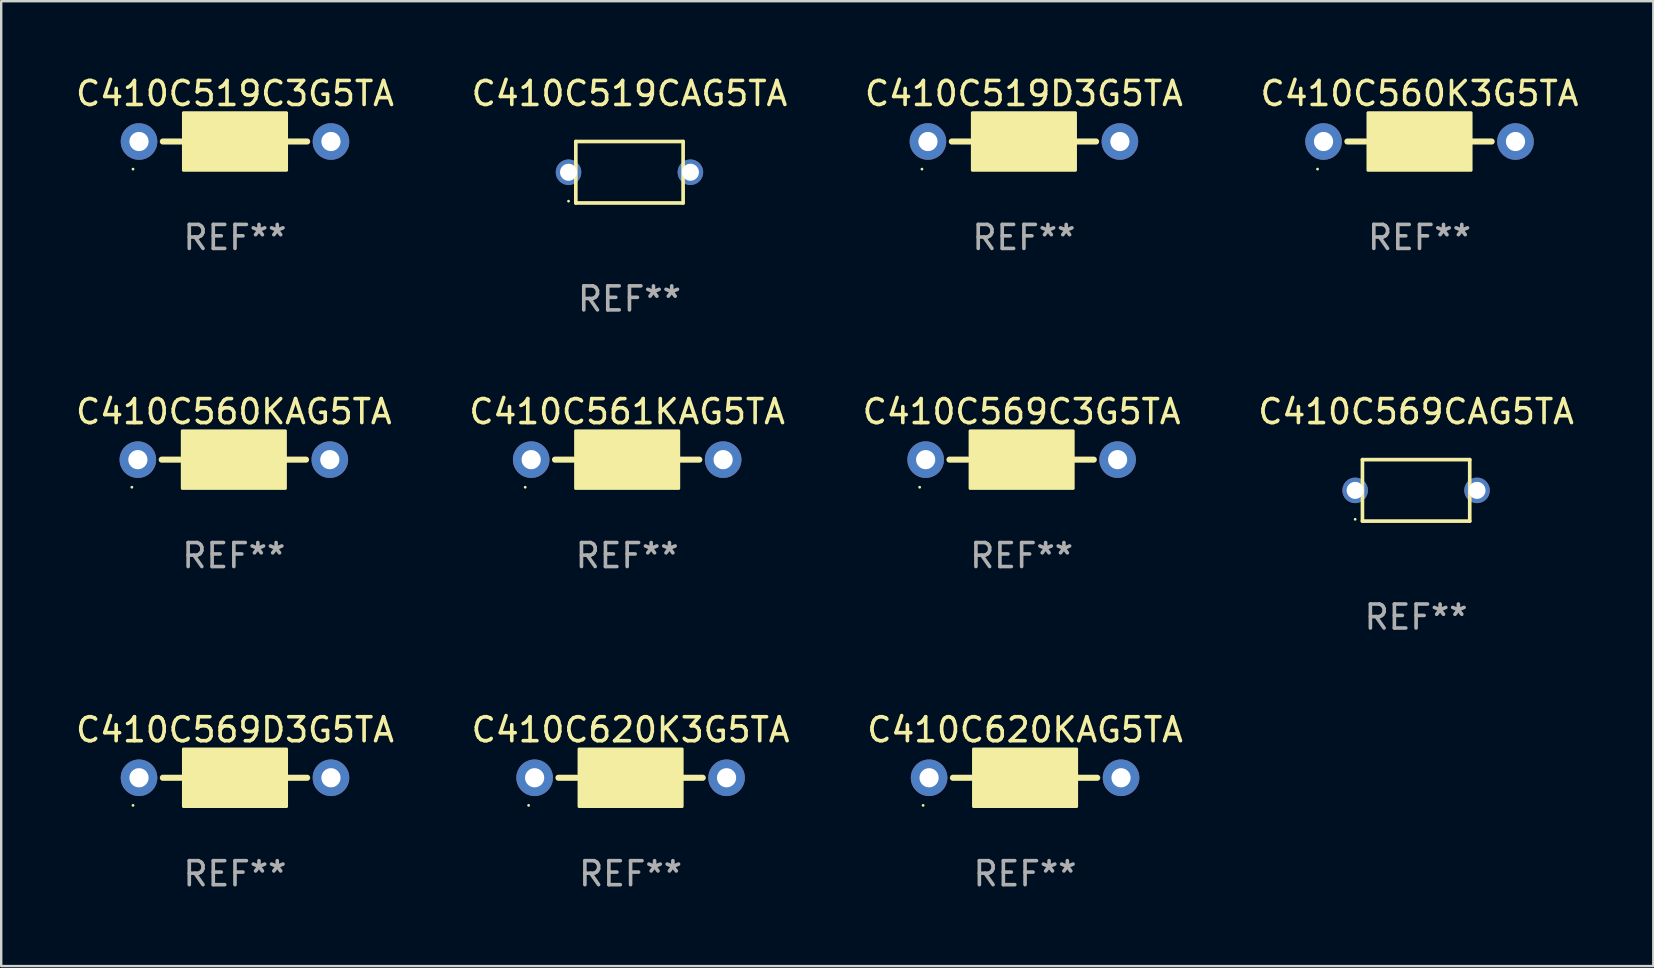
<source format=kicad_pcb>
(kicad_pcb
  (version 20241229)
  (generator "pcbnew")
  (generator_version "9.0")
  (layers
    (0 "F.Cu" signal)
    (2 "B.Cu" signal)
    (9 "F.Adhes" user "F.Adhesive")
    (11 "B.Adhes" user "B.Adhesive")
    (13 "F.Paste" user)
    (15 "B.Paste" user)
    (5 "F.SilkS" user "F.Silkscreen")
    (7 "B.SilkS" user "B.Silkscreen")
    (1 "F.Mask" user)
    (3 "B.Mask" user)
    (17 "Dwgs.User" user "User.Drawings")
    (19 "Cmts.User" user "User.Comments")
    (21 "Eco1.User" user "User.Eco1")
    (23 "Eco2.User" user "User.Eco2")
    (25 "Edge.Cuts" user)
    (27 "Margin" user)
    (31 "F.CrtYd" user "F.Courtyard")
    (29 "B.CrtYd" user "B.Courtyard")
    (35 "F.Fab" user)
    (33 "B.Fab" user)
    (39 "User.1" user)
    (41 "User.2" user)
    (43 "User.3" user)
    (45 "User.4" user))
  (footprint "C410C519C3G5TA"
    (layer "F.Cu")
    (at 6.744 2.848)
    (property "Reference" "C410C519C3G5TA" (at 0 -2 0) (layer "F.SilkS") (effects (font (size 1 1) (thickness 0.15))))
    (attr through_hole)
    (fp_line (start -2.25 0) (end -3.007 0) (stroke (width 0.254) (type solid)) (layer "F.SilkS"))
    (fp_line (start 2.2 0) (end 3.007 0) (stroke (width 0.254) (type solid)) (layer "F.SilkS"))
    (fp_circle (center -4.25 1.15) (end -4.22 1.15) (stroke (width 0.06) (type solid)) (fill no) (layer "F.SilkS"))
    (fp_poly (pts (xy -2.15 -1.2) (xy 2.15 -1.2) (xy 2.15 1.2) (xy -2.15 1.2)) (stroke (width 0.12) (type solid)) (fill yes) (layer "F.SilkS"))
    (fp_text user "REF**" (at 0 4 0) (layer "F.Fab") (effects (font (size 1 1) (thickness 0.15))))
    (pad "1" thru_hole circle (at -4 0) (size 1.524 1.524) (drill 0.8) (layers "*.Cu" "*.Mask"))
    (pad "2" thru_hole circle (at 4 0) (size 1.524 1.524) (drill 0.8) (layers "*.Cu" "*.Mask")))
  (footprint "C410C561KAG5TA"
    (layer "F.Cu")
    (at 23.089 16.107)
    (property "Reference" "C410C561KAG5TA" (at 0 -2 0) (layer "F.SilkS") (effects (font (size 1 1) (thickness 0.15))))
    (attr through_hole)
    (fp_line (start -2.25 0) (end -3.007 0) (stroke (width 0.254) (type solid)) (layer "F.SilkS"))
    (fp_line (start 2.2 0) (end 3.007 0) (stroke (width 0.254) (type solid)) (layer "F.SilkS"))
    (fp_circle (center -4.25 1.15) (end -4.22 1.15) (stroke (width 0.06) (type solid)) (fill no) (layer "F.SilkS"))
    (fp_poly (pts (xy -2.15 -1.2) (xy 2.15 -1.2) (xy 2.15 1.2) (xy -2.15 1.2)) (stroke (width 0.12) (type solid)) (fill yes) (layer "F.SilkS"))
    (fp_text user "REF**" (at 0 4 0) (layer "F.Fab") (effects (font (size 1 1) (thickness 0.15))))
    (pad "1" thru_hole circle (at -4 0) (size 1.524 1.524) (drill 0.8) (layers "*.Cu" "*.Mask"))
    (pad "2" thru_hole circle (at 4 0) (size 1.524 1.524) (drill 0.8) (layers "*.Cu" "*.Mask")))
  (footprint "C410C569CAG5TA"
    (layer "F.Cu")
    (at 55.97 17.388)
    (property "Reference" "C410C569CAG5TA" (at 0 -3.281 0) (layer "F.SilkS") (effects (font (size 1 1) (thickness 0.15))))
    (attr through_hole)
    (fp_line (start -2.236 -1.281) (end 2.236 -1.281) (stroke (width 0.152) (type solid)) (layer "F.SilkS"))
    (fp_line (start -2.236 1.281) (end -2.236 -1.281) (stroke (width 0.152) (type solid)) (layer "F.SilkS"))
    (fp_line (start 2.236 -1.281) (end 2.236 1.281) (stroke (width 0.152) (type solid)) (layer "F.SilkS"))
    (fp_line (start 2.236 1.281) (end -2.236 1.281) (stroke (width 0.152) (type solid)) (layer "F.SilkS"))
    (fp_circle (center -2.54 1.205) (end -2.51 1.205) (stroke (width 0.06) (type solid)) (fill no) (layer "F.SilkS"))
    (fp_text user "REF**" (at 0 5.281 0) (layer "F.Fab") (effects (font (size 1 1) (thickness 0.15))))
    (pad "1" thru_hole circle (at -2.54 0) (size 1.065 1.065) (drill 0.71) (layers "*.Cu" "*.Mask"))
    (pad "2" thru_hole circle (at 2.54 0) (size 1.065 1.065) (drill 0.71) (layers "*.Cu" "*.Mask")))
  (footprint "C410C519D3G5TA"
    (layer "F.Cu")
    (at 39.625 2.848)
    (property "Reference" "C410C519D3G5TA" (at 0 -2 0) (layer "F.SilkS") (effects (font (size 1 1) (thickness 0.15))))
    (attr through_hole)
    (fp_line (start -2.25 0) (end -3.007 0) (stroke (width 0.254) (type solid)) (layer "F.SilkS"))
    (fp_line (start 2.2 0) (end 3.007 0) (stroke (width 0.254) (type solid)) (layer "F.SilkS"))
    (fp_circle (center -4.25 1.15) (end -4.22 1.15) (stroke (width 0.06) (type solid)) (fill no) (layer "F.SilkS"))
    (fp_poly (pts (xy -2.15 -1.2) (xy 2.15 -1.2) (xy 2.15 1.2) (xy -2.15 1.2)) (stroke (width 0.12) (type solid)) (fill yes) (layer "F.SilkS"))
    (fp_text user "REF**" (at 0 4 0) (layer "F.Fab") (effects (font (size 1 1) (thickness 0.15))))
    (pad "1" thru_hole circle (at -4 0) (size 1.524 1.524) (drill 0.8) (layers "*.Cu" "*.Mask"))
    (pad "2" thru_hole circle (at 4 0) (size 1.524 1.524) (drill 0.8) (layers "*.Cu" "*.Mask")))
  (footprint "C410C569D3G5TA"
    (layer "F.Cu")
    (at 6.744 29.366)
    (property "Reference" "C410C569D3G5TA" (at 0 -2 0) (layer "F.SilkS") (effects (font (size 1 1) (thickness 0.15))))
    (attr through_hole)
    (fp_line (start -2.25 0) (end -3.007 0) (stroke (width 0.254) (type solid)) (layer "F.SilkS"))
    (fp_line (start 2.2 0) (end 3.007 0) (stroke (width 0.254) (type solid)) (layer "F.SilkS"))
    (fp_circle (center -4.25 1.15) (end -4.22 1.15) (stroke (width 0.06) (type solid)) (fill no) (layer "F.SilkS"))
    (fp_poly (pts (xy -2.15 -1.2) (xy 2.15 -1.2) (xy 2.15 1.2) (xy -2.15 1.2)) (stroke (width 0.12) (type solid)) (fill yes) (layer "F.SilkS"))
    (fp_text user "REF**" (at 0 4 0) (layer "F.Fab") (effects (font (size 1 1) (thickness 0.15))))
    (pad "1" thru_hole circle (at -4 0) (size 1.524 1.524) (drill 0.8) (layers "*.Cu" "*.Mask"))
    (pad "2" thru_hole circle (at 4 0) (size 1.524 1.524) (drill 0.8) (layers "*.Cu" "*.Mask")))
  (footprint "C410C620K3G5TA"
    (layer "F.Cu")
    (at 23.232 29.366)
    (property "Reference" "C410C620K3G5TA" (at 0 -2 0) (layer "F.SilkS") (effects (font (size 1 1) (thickness 0.15))))
    (attr through_hole)
    (fp_line (start -2.25 0) (end -3.007 0) (stroke (width 0.254) (type solid)) (layer "F.SilkS"))
    (fp_line (start 2.2 0) (end 3.007 0) (stroke (width 0.254) (type solid)) (layer "F.SilkS"))
    (fp_circle (center -4.25 1.15) (end -4.22 1.15) (stroke (width 0.06) (type solid)) (fill no) (layer "F.SilkS"))
    (fp_poly (pts (xy -2.15 -1.2) (xy 2.15 -1.2) (xy 2.15 1.2) (xy -2.15 1.2)) (stroke (width 0.12) (type solid)) (fill yes) (layer "F.SilkS"))
    (fp_text user "REF**" (at 0 4 0) (layer "F.Fab") (effects (font (size 1 1) (thickness 0.15))))
    (pad "1" thru_hole circle (at -4 0) (size 1.524 1.524) (drill 0.8) (layers "*.Cu" "*.Mask"))
    (pad "2" thru_hole circle (at 4 0) (size 1.524 1.524) (drill 0.8) (layers "*.Cu" "*.Mask")))
  (footprint "C410C560KAG5TA"
    (layer "F.Cu")
    (at 6.696 16.107)
    (property "Reference" "C410C560KAG5TA" (at 0 -2 0) (layer "F.SilkS") (effects (font (size 1 1) (thickness 0.15))))
    (attr through_hole)
    (fp_line (start -2.25 0) (end -3.007 0) (stroke (width 0.254) (type solid)) (layer "F.SilkS"))
    (fp_line (start 2.2 0) (end 3.007 0) (stroke (width 0.254) (type solid)) (layer "F.SilkS"))
    (fp_circle (center -4.25 1.15) (end -4.22 1.15) (stroke (width 0.06) (type solid)) (fill no) (layer "F.SilkS"))
    (fp_poly (pts (xy -2.15 -1.2) (xy 2.15 -1.2) (xy 2.15 1.2) (xy -2.15 1.2)) (stroke (width 0.12) (type solid)) (fill yes) (layer "F.SilkS"))
    (fp_text user "REF**" (at 0 4 0) (layer "F.Fab") (effects (font (size 1 1) (thickness 0.15))))
    (pad "1" thru_hole circle (at -4 0) (size 1.524 1.524) (drill 0.8) (layers "*.Cu" "*.Mask"))
    (pad "2" thru_hole circle (at 4 0) (size 1.524 1.524) (drill 0.8) (layers "*.Cu" "*.Mask")))
  (footprint "C410C519CAG5TA"
    (layer "F.Cu")
    (at 23.185 4.129)
    (property "Reference" "C410C519CAG5TA" (at 0 -3.281 0) (layer "F.SilkS") (effects (font (size 1 1) (thickness 0.15))))
    (attr through_hole)
    (fp_line (start -2.236 -1.281) (end 2.236 -1.281) (stroke (width 0.152) (type solid)) (layer "F.SilkS"))
    (fp_line (start -2.236 1.281) (end -2.236 -1.281) (stroke (width 0.152) (type solid)) (layer "F.SilkS"))
    (fp_line (start 2.236 -1.281) (end 2.236 1.281) (stroke (width 0.152) (type solid)) (layer "F.SilkS"))
    (fp_line (start 2.236 1.281) (end -2.236 1.281) (stroke (width 0.152) (type solid)) (layer "F.SilkS"))
    (fp_circle (center -2.54 1.205) (end -2.51 1.205) (stroke (width 0.06) (type solid)) (fill no) (layer "F.SilkS"))
    (fp_text user "REF**" (at 0 5.281 0) (layer "F.Fab") (effects (font (size 1 1) (thickness 0.15))))
    (pad "1" thru_hole circle (at -2.54 0) (size 1.065 1.065) (drill 0.71) (layers "*.Cu" "*.Mask"))
    (pad "2" thru_hole circle (at 2.54 0) (size 1.065 1.065) (drill 0.71) (layers "*.Cu" "*.Mask")))
  (footprint "C410C569C3G5TA"
    (layer "F.Cu")
    (at 39.53 16.107)
    (property "Reference" "C410C569C3G5TA" (at 0 -2 0) (layer "F.SilkS") (effects (font (size 1 1) (thickness 0.15))))
    (attr through_hole)
    (fp_line (start -2.25 0) (end -3.007 0) (stroke (width 0.254) (type solid)) (layer "F.SilkS"))
    (fp_line (start 2.2 0) (end 3.007 0) (stroke (width 0.254) (type solid)) (layer "F.SilkS"))
    (fp_circle (center -4.25 1.15) (end -4.22 1.15) (stroke (width 0.06) (type solid)) (fill no) (layer "F.SilkS"))
    (fp_poly (pts (xy -2.15 -1.2) (xy 2.15 -1.2) (xy 2.15 1.2) (xy -2.15 1.2)) (stroke (width 0.12) (type solid)) (fill yes) (layer "F.SilkS"))
    (fp_text user "REF**" (at 0 4 0) (layer "F.Fab") (effects (font (size 1 1) (thickness 0.15))))
    (pad "1" thru_hole circle (at -4 0) (size 1.524 1.524) (drill 0.8) (layers "*.Cu" "*.Mask"))
    (pad "2" thru_hole circle (at 4 0) (size 1.524 1.524) (drill 0.8) (layers "*.Cu" "*.Mask")))
  (footprint "C410C620KAG5TA"
    (layer "F.Cu")
    (at 39.673 29.366)
    (property "Reference" "C410C620KAG5TA" (at 0 -2 0) (layer "F.SilkS") (effects (font (size 1 1) (thickness 0.15))))
    (attr through_hole)
    (fp_line (start -2.25 0) (end -3.007 0) (stroke (width 0.254) (type solid)) (layer "F.SilkS"))
    (fp_line (start 2.2 0) (end 3.007 0) (stroke (width 0.254) (type solid)) (layer "F.SilkS"))
    (fp_circle (center -4.25 1.15) (end -4.22 1.15) (stroke (width 0.06) (type solid)) (fill no) (layer "F.SilkS"))
    (fp_poly (pts (xy -2.15 -1.2) (xy 2.15 -1.2) (xy 2.15 1.2) (xy -2.15 1.2)) (stroke (width 0.12) (type solid)) (fill yes) (layer "F.SilkS"))
    (fp_text user "REF**" (at 0 4 0) (layer "F.Fab") (effects (font (size 1 1) (thickness 0.15))))
    (pad "1" thru_hole circle (at -4 0) (size 1.524 1.524) (drill 0.8) (layers "*.Cu" "*.Mask"))
    (pad "2" thru_hole circle (at 4 0) (size 1.524 1.524) (drill 0.8) (layers "*.Cu" "*.Mask")))
  (footprint "C410C560K3G5TA"
    (layer "F.Cu")
    (at 56.113 2.848)
    (property "Reference" "C410C560K3G5TA" (at 0 -2 0) (layer "F.SilkS") (effects (font (size 1 1) (thickness 0.15))))
    (attr through_hole)
    (fp_line (start -2.25 0) (end -3.007 0) (stroke (width 0.254) (type solid)) (layer "F.SilkS"))
    (fp_line (start 2.2 0) (end 3.007 0) (stroke (width 0.254) (type solid)) (layer "F.SilkS"))
    (fp_circle (center -4.25 1.15) (end -4.22 1.15) (stroke (width 0.06) (type solid)) (fill no) (layer "F.SilkS"))
    (fp_poly (pts (xy -2.15 -1.2) (xy 2.15 -1.2) (xy 2.15 1.2) (xy -2.15 1.2)) (stroke (width 0.12) (type solid)) (fill yes) (layer "F.SilkS"))
    (fp_text user "REF**" (at 0 4 0) (layer "F.Fab") (effects (font (size 1 1) (thickness 0.15))))
    (pad "1" thru_hole circle (at -4 0) (size 1.524 1.524) (drill 0.8) (layers "*.Cu" "*.Mask"))
    (pad "2" thru_hole circle (at 4 0) (size 1.524 1.524) (drill 0.8) (layers "*.Cu" "*.Mask")))
  (gr_rect
    (start -3 -3)
    (end 65.857 37.214)
    (stroke (width 0.1) (type default))
    (fill no)
    (layer "Edge.Cuts")))
</source>
